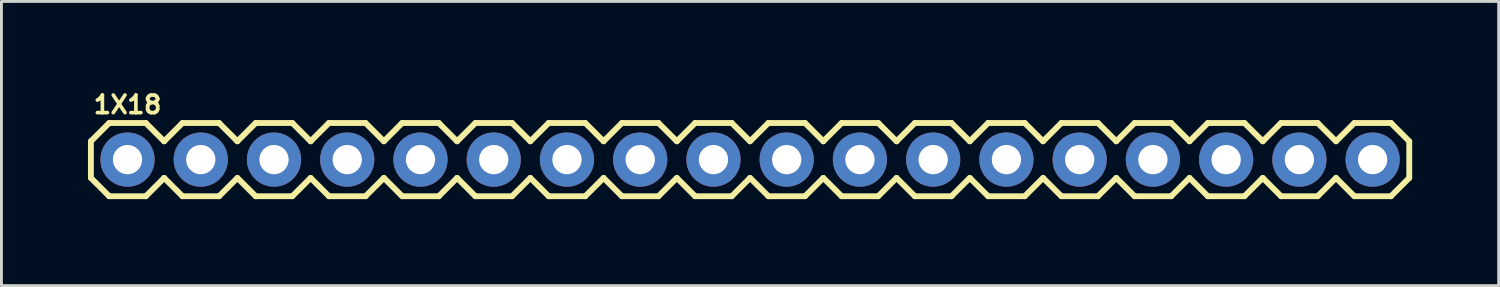
<source format=kicad_pcb>
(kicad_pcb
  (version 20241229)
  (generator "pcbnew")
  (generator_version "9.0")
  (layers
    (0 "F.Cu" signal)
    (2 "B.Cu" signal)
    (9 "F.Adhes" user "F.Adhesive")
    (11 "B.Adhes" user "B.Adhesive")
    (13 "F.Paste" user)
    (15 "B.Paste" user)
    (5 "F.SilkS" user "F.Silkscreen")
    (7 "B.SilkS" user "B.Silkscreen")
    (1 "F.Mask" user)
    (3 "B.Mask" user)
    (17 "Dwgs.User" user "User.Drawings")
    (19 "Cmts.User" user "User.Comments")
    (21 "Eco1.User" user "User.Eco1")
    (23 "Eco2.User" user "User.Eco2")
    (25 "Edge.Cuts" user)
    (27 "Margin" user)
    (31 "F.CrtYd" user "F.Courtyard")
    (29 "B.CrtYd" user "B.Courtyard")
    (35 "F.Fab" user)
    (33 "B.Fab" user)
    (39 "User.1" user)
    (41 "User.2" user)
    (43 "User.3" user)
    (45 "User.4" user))
  (footprint "1X18"
    (layer "F.Cu")
    (at 1.372 2.485)
    (property "Reference" "1X18" (at 0 -1.905 0) (layer "F.SilkS") (effects (font (size 0.61 0.61) (thickness 0.127))))
    (attr exclude_from_pos_files exclude_from_bom)
    (fp_line (start -1.27 -0.635) (end -1.27 0.635) (stroke (width 0.203) (type solid)) (layer "F.SilkS"))
    (fp_line (start -1.27 0.635) (end -0.635 1.27) (stroke (width 0.203) (type solid)) (layer "F.SilkS"))
    (fp_line (start -0.635 -1.27) (end -1.27 -0.635) (stroke (width 0.203) (type solid)) (layer "F.SilkS"))
    (fp_line (start -0.635 -1.27) (end 0.635 -1.27) (stroke (width 0.203) (type solid)) (layer "F.SilkS"))
    (fp_line (start 0.635 -1.27) (end 1.27 -0.635) (stroke (width 0.203) (type solid)) (layer "F.SilkS"))
    (fp_line (start 0.635 1.27) (end -0.635 1.27) (stroke (width 0.203) (type solid)) (layer "F.SilkS"))
    (fp_line (start 1.27 -0.635) (end 1.905 -1.27) (stroke (width 0.203) (type solid)) (layer "F.SilkS"))
    (fp_line (start 1.27 0.635) (end 0.635 1.27) (stroke (width 0.203) (type solid)) (layer "F.SilkS"))
    (fp_line (start 1.905 -1.27) (end 3.175 -1.27) (stroke (width 0.203) (type solid)) (layer "F.SilkS"))
    (fp_line (start 1.905 1.27) (end 1.27 0.635) (stroke (width 0.203) (type solid)) (layer "F.SilkS"))
    (fp_line (start 3.175 -1.27) (end 3.81 -0.635) (stroke (width 0.203) (type solid)) (layer "F.SilkS"))
    (fp_line (start 3.175 1.27) (end 1.905 1.27) (stroke (width 0.203) (type solid)) (layer "F.SilkS"))
    (fp_line (start 3.81 -0.635) (end 4.445 -1.27) (stroke (width 0.203) (type solid)) (layer "F.SilkS"))
    (fp_line (start 3.81 0.635) (end 3.175 1.27) (stroke (width 0.203) (type solid)) (layer "F.SilkS"))
    (fp_line (start 4.445 -1.27) (end 5.715 -1.27) (stroke (width 0.203) (type solid)) (layer "F.SilkS"))
    (fp_line (start 4.445 1.27) (end 3.81 0.635) (stroke (width 0.203) (type solid)) (layer "F.SilkS"))
    (fp_line (start 5.715 -1.27) (end 6.35 -0.635) (stroke (width 0.203) (type solid)) (layer "F.SilkS"))
    (fp_line (start 5.715 1.27) (end 4.445 1.27) (stroke (width 0.203) (type solid)) (layer "F.SilkS"))
    (fp_line (start 6.35 0.635) (end 5.715 1.27) (stroke (width 0.203) (type solid)) (layer "F.SilkS"))
    (fp_line (start 6.35 0.635) (end 6.985 1.27) (stroke (width 0.203) (type solid)) (layer "F.SilkS"))
    (fp_line (start 6.985 -1.27) (end 6.35 -0.635) (stroke (width 0.203) (type solid)) (layer "F.SilkS"))
    (fp_line (start 6.985 -1.27) (end 8.255 -1.27) (stroke (width 0.203) (type solid)) (layer "F.SilkS"))
    (fp_line (start 8.255 -1.27) (end 8.89 -0.635) (stroke (width 0.203) (type solid)) (layer "F.SilkS"))
    (fp_line (start 8.255 1.27) (end 6.985 1.27) (stroke (width 0.203) (type solid)) (layer "F.SilkS"))
    (fp_line (start 8.89 -0.635) (end 9.525 -1.27) (stroke (width 0.203) (type solid)) (layer "F.SilkS"))
    (fp_line (start 8.89 0.635) (end 8.255 1.27) (stroke (width 0.203) (type solid)) (layer "F.SilkS"))
    (fp_line (start 9.525 -1.27) (end 10.795 -1.27) (stroke (width 0.203) (type solid)) (layer "F.SilkS"))
    (fp_line (start 9.525 1.27) (end 8.89 0.635) (stroke (width 0.203) (type solid)) (layer "F.SilkS"))
    (fp_line (start 10.795 -1.27) (end 11.43 -0.635) (stroke (width 0.203) (type solid)) (layer "F.SilkS"))
    (fp_line (start 10.795 1.27) (end 9.525 1.27) (stroke (width 0.203) (type solid)) (layer "F.SilkS"))
    (fp_line (start 11.43 -0.635) (end 12.065 -1.27) (stroke (width 0.203) (type solid)) (layer "F.SilkS"))
    (fp_line (start 11.43 0.635) (end 10.795 1.27) (stroke (width 0.203) (type solid)) (layer "F.SilkS"))
    (fp_line (start 12.065 -1.27) (end 13.335 -1.27) (stroke (width 0.203) (type solid)) (layer "F.SilkS"))
    (fp_line (start 12.065 1.27) (end 11.43 0.635) (stroke (width 0.203) (type solid)) (layer "F.SilkS"))
    (fp_line (start 13.335 -1.27) (end 13.97 -0.635) (stroke (width 0.203) (type solid)) (layer "F.SilkS"))
    (fp_line (start 13.335 1.27) (end 12.065 1.27) (stroke (width 0.203) (type solid)) (layer "F.SilkS"))
    (fp_line (start 13.97 0.635) (end 13.335 1.27) (stroke (width 0.203) (type solid)) (layer "F.SilkS"))
    (fp_line (start 13.97 0.635) (end 14.605 1.27) (stroke (width 0.203) (type solid)) (layer "F.SilkS"))
    (fp_line (start 14.605 -1.27) (end 13.97 -0.635) (stroke (width 0.203) (type solid)) (layer "F.SilkS"))
    (fp_line (start 14.605 -1.27) (end 15.875 -1.27) (stroke (width 0.203) (type solid)) (layer "F.SilkS"))
    (fp_line (start 15.875 -1.27) (end 16.51 -0.635) (stroke (width 0.203) (type solid)) (layer "F.SilkS"))
    (fp_line (start 15.875 1.27) (end 14.605 1.27) (stroke (width 0.203) (type solid)) (layer "F.SilkS"))
    (fp_line (start 16.51 0.635) (end 15.875 1.27) (stroke (width 0.203) (type solid)) (layer "F.SilkS"))
    (fp_line (start 16.51 0.635) (end 17.145 1.27) (stroke (width 0.203) (type solid)) (layer "F.SilkS"))
    (fp_line (start 17.145 -1.27) (end 16.51 -0.635) (stroke (width 0.203) (type solid)) (layer "F.SilkS"))
    (fp_line (start 17.145 -1.27) (end 18.415 -1.27) (stroke (width 0.203) (type solid)) (layer "F.SilkS"))
    (fp_line (start 18.415 -1.27) (end 19.05 -0.635) (stroke (width 0.203) (type solid)) (layer "F.SilkS"))
    (fp_line (start 18.415 1.27) (end 17.145 1.27) (stroke (width 0.203) (type solid)) (layer "F.SilkS"))
    (fp_line (start 19.05 -0.635) (end 19.685 -1.27) (stroke (width 0.203) (type solid)) (layer "F.SilkS"))
    (fp_line (start 19.05 0.635) (end 18.415 1.27) (stroke (width 0.203) (type solid)) (layer "F.SilkS"))
    (fp_line (start 19.685 -1.27) (end 20.955 -1.27) (stroke (width 0.203) (type solid)) (layer "F.SilkS"))
    (fp_line (start 19.685 1.27) (end 19.05 0.635) (stroke (width 0.203) (type solid)) (layer "F.SilkS"))
    (fp_line (start 20.955 -1.27) (end 21.59 -0.635) (stroke (width 0.203) (type solid)) (layer "F.SilkS"))
    (fp_line (start 20.955 1.27) (end 19.685 1.27) (stroke (width 0.203) (type solid)) (layer "F.SilkS"))
    (fp_line (start 21.59 -0.635) (end 22.225 -1.27) (stroke (width 0.203) (type solid)) (layer "F.SilkS"))
    (fp_line (start 21.59 0.635) (end 20.955 1.27) (stroke (width 0.203) (type solid)) (layer "F.SilkS"))
    (fp_line (start 22.225 -1.27) (end 23.495 -1.27) (stroke (width 0.203) (type solid)) (layer "F.SilkS"))
    (fp_line (start 22.225 1.27) (end 21.59 0.635) (stroke (width 0.203) (type solid)) (layer "F.SilkS"))
    (fp_line (start 23.495 -1.27) (end 24.13 -0.635) (stroke (width 0.203) (type solid)) (layer "F.SilkS"))
    (fp_line (start 23.495 1.27) (end 22.225 1.27) (stroke (width 0.203) (type solid)) (layer "F.SilkS"))
    (fp_line (start 24.13 0.635) (end 23.495 1.27) (stroke (width 0.203) (type solid)) (layer "F.SilkS"))
    (fp_line (start 24.13 0.635) (end 24.765 1.27) (stroke (width 0.203) (type solid)) (layer "F.SilkS"))
    (fp_line (start 24.765 -1.27) (end 24.13 -0.635) (stroke (width 0.203) (type solid)) (layer "F.SilkS"))
    (fp_line (start 24.765 -1.27) (end 26.035 -1.27) (stroke (width 0.203) (type solid)) (layer "F.SilkS"))
    (fp_line (start 26.035 -1.27) (end 26.67 -0.635) (stroke (width 0.203) (type solid)) (layer "F.SilkS"))
    (fp_line (start 26.035 1.27) (end 24.765 1.27) (stroke (width 0.203) (type solid)) (layer "F.SilkS"))
    (fp_line (start 26.67 -0.635) (end 27.305 -1.27) (stroke (width 0.203) (type solid)) (layer "F.SilkS"))
    (fp_line (start 26.67 0.635) (end 26.035 1.27) (stroke (width 0.203) (type solid)) (layer "F.SilkS"))
    (fp_line (start 27.305 -1.27) (end 28.575 -1.27) (stroke (width 0.203) (type solid)) (layer "F.SilkS"))
    (fp_line (start 27.305 1.27) (end 26.67 0.635) (stroke (width 0.203) (type solid)) (layer "F.SilkS"))
    (fp_line (start 28.575 -1.27) (end 29.21 -0.635) (stroke (width 0.203) (type solid)) (layer "F.SilkS"))
    (fp_line (start 28.575 1.27) (end 27.305 1.27) (stroke (width 0.203) (type solid)) (layer "F.SilkS"))
    (fp_line (start 29.21 -0.635) (end 29.845 -1.27) (stroke (width 0.203) (type solid)) (layer "F.SilkS"))
    (fp_line (start 29.21 0.635) (end 28.575 1.27) (stroke (width 0.203) (type solid)) (layer "F.SilkS"))
    (fp_line (start 29.845 -1.27) (end 31.115 -1.27) (stroke (width 0.203) (type solid)) (layer "F.SilkS"))
    (fp_line (start 29.845 1.27) (end 29.21 0.635) (stroke (width 0.203) (type solid)) (layer "F.SilkS"))
    (fp_line (start 31.115 -1.27) (end 31.75 -0.635) (stroke (width 0.203) (type solid)) (layer "F.SilkS"))
    (fp_line (start 31.115 1.27) (end 29.845 1.27) (stroke (width 0.203) (type solid)) (layer "F.SilkS"))
    (fp_line (start 31.75 0.635) (end 31.115 1.27) (stroke (width 0.203) (type solid)) (layer "F.SilkS"))
    (fp_line (start 31.75 0.635) (end 32.385 1.27) (stroke (width 0.203) (type solid)) (layer "F.SilkS"))
    (fp_line (start 32.385 -1.27) (end 31.75 -0.635) (stroke (width 0.203) (type solid)) (layer "F.SilkS"))
    (fp_line (start 32.385 -1.27) (end 33.655 -1.27) (stroke (width 0.203) (type solid)) (layer "F.SilkS"))
    (fp_line (start 33.655 -1.27) (end 34.29 -0.635) (stroke (width 0.203) (type solid)) (layer "F.SilkS"))
    (fp_line (start 33.655 1.27) (end 32.385 1.27) (stroke (width 0.203) (type solid)) (layer "F.SilkS"))
    (fp_line (start 34.29 0.635) (end 33.655 1.27) (stroke (width 0.203) (type solid)) (layer "F.SilkS"))
    (fp_line (start 34.29 0.635) (end 34.925 1.27) (stroke (width 0.203) (type solid)) (layer "F.SilkS"))
    (fp_line (start 34.925 -1.27) (end 34.29 -0.635) (stroke (width 0.203) (type solid)) (layer "F.SilkS"))
    (fp_line (start 34.925 -1.27) (end 36.195 -1.27) (stroke (width 0.203) (type solid)) (layer "F.SilkS"))
    (fp_line (start 36.195 -1.27) (end 36.83 -0.635) (stroke (width 0.203) (type solid)) (layer "F.SilkS"))
    (fp_line (start 36.195 1.27) (end 34.925 1.27) (stroke (width 0.203) (type solid)) (layer "F.SilkS"))
    (fp_line (start 36.83 0.635) (end 36.195 1.27) (stroke (width 0.203) (type solid)) (layer "F.SilkS"))
    (fp_line (start 36.83 0.635) (end 37.465 1.27) (stroke (width 0.203) (type solid)) (layer "F.SilkS"))
    (fp_line (start 37.465 -1.27) (end 36.83 -0.635) (stroke (width 0.203) (type solid)) (layer "F.SilkS"))
    (fp_line (start 37.465 -1.27) (end 38.735 -1.27) (stroke (width 0.203) (type solid)) (layer "F.SilkS"))
    (fp_line (start 38.735 -1.27) (end 39.37 -0.635) (stroke (width 0.203) (type solid)) (layer "F.SilkS"))
    (fp_line (start 38.735 1.27) (end 37.465 1.27) (stroke (width 0.203) (type solid)) (layer "F.SilkS"))
    (fp_line (start 39.37 0.635) (end 38.735 1.27) (stroke (width 0.203) (type solid)) (layer "F.SilkS"))
    (fp_line (start 39.37 0.635) (end 40.005 1.27) (stroke (width 0.203) (type solid)) (layer "F.SilkS"))
    (fp_line (start 40.005 -1.27) (end 39.37 -0.635) (stroke (width 0.203) (type solid)) (layer "F.SilkS"))
    (fp_line (start 40.005 -1.27) (end 41.275 -1.27) (stroke (width 0.203) (type solid)) (layer "F.SilkS"))
    (fp_line (start 41.275 -1.27) (end 41.91 -0.635) (stroke (width 0.203) (type solid)) (layer "F.SilkS"))
    (fp_line (start 41.275 1.27) (end 40.005 1.27) (stroke (width 0.203) (type solid)) (layer "F.SilkS"))
    (fp_line (start 41.91 0.635) (end 41.275 1.27) (stroke (width 0.203) (type solid)) (layer "F.SilkS"))
    (fp_line (start 41.91 0.635) (end 42.545 1.27) (stroke (width 0.203) (type solid)) (layer "F.SilkS"))
    (fp_line (start 42.545 -1.27) (end 41.91 -0.635) (stroke (width 0.203) (type solid)) (layer "F.SilkS"))
    (fp_line (start 42.545 -1.27) (end 43.815 -1.27) (stroke (width 0.203) (type solid)) (layer "F.SilkS"))
    (fp_line (start 43.815 -1.27) (end 44.45 -0.635) (stroke (width 0.203) (type solid)) (layer "F.SilkS"))
    (fp_line (start 43.815 1.27) (end 42.545 1.27) (stroke (width 0.203) (type solid)) (layer "F.SilkS"))
    (fp_line (start 44.45 -0.635) (end 44.45 0.635) (stroke (width 0.203) (type solid)) (layer "F.SilkS"))
    (fp_line (start 44.45 0.635) (end 43.815 1.27) (stroke (width 0.203) (type solid)) (layer "F.SilkS"))
    (pad "1" thru_hole circle (at 0 0) (size 1.88 1.88) (drill 1.016) (layers "*.Cu" "*.Paste" "*.Mask"))
    (pad "2" thru_hole circle (at 2.54 0) (size 1.88 1.88) (drill 1.016) (layers "*.Cu" "*.Paste" "*.Mask"))
    (pad "3" thru_hole circle (at 5.08 0) (size 1.88 1.88) (drill 1.016) (layers "*.Cu" "*.Paste" "*.Mask"))
    (pad "4" thru_hole circle (at 7.62 0) (size 1.88 1.88) (drill 1.016) (layers "*.Cu" "*.Paste" "*.Mask"))
    (pad "5" thru_hole circle (at 10.16 0) (size 1.88 1.88) (drill 1.016) (layers "*.Cu" "*.Paste" "*.Mask"))
    (pad "6" thru_hole circle (at 12.7 0) (size 1.88 1.88) (drill 1.016) (layers "*.Cu" "*.Paste" "*.Mask"))
    (pad "7" thru_hole circle (at 15.24 0) (size 1.88 1.88) (drill 1.016) (layers "*.Cu" "*.Paste" "*.Mask"))
    (pad "8" thru_hole circle (at 17.78 0) (size 1.88 1.88) (drill 1.016) (layers "*.Cu" "*.Paste" "*.Mask"))
    (pad "9" thru_hole circle (at 20.32 0) (size 1.88 1.88) (drill 1.016) (layers "*.Cu" "*.Paste" "*.Mask"))
    (pad "10" thru_hole circle (at 22.86 0) (size 1.88 1.88) (drill 1.016) (layers "*.Cu" "*.Paste" "*.Mask"))
    (pad "11" thru_hole circle (at 25.4 0) (size 1.88 1.88) (drill 1.016) (layers "*.Cu" "*.Paste" "*.Mask"))
    (pad "12" thru_hole circle (at 27.94 0) (size 1.88 1.88) (drill 1.016) (layers "*.Cu" "*.Paste" "*.Mask"))
    (pad "13" thru_hole circle (at 30.48 0) (size 1.88 1.88) (drill 1.016) (layers "*.Cu" "*.Paste" "*.Mask"))
    (pad "14" thru_hole circle (at 33.02 0) (size 1.88 1.88) (drill 1.016) (layers "*.Cu" "*.Paste" "*.Mask"))
    (pad "15" thru_hole circle (at 35.56 0) (size 1.88 1.88) (drill 1.016) (layers "*.Cu" "*.Paste" "*.Mask"))
    (pad "16" thru_hole circle (at 38.1 0) (size 1.88 1.88) (drill 1.016) (layers "*.Cu" "*.Paste" "*.Mask"))
    (pad "17" thru_hole circle (at 40.64 0) (size 1.88 1.88) (drill 1.016) (layers "*.Cu" "*.Paste" "*.Mask"))
    (pad "18" thru_hole circle (at 43.18 0) (size 1.88 1.88) (drill 1.016) (layers "*.Cu" "*.Paste" "*.Mask")))
  (gr_rect
    (start -3 -3)
    (end 48.923 6.856)
    (stroke (width 0.1) (type default))
    (fill no)
    (layer "Edge.Cuts")))
</source>
